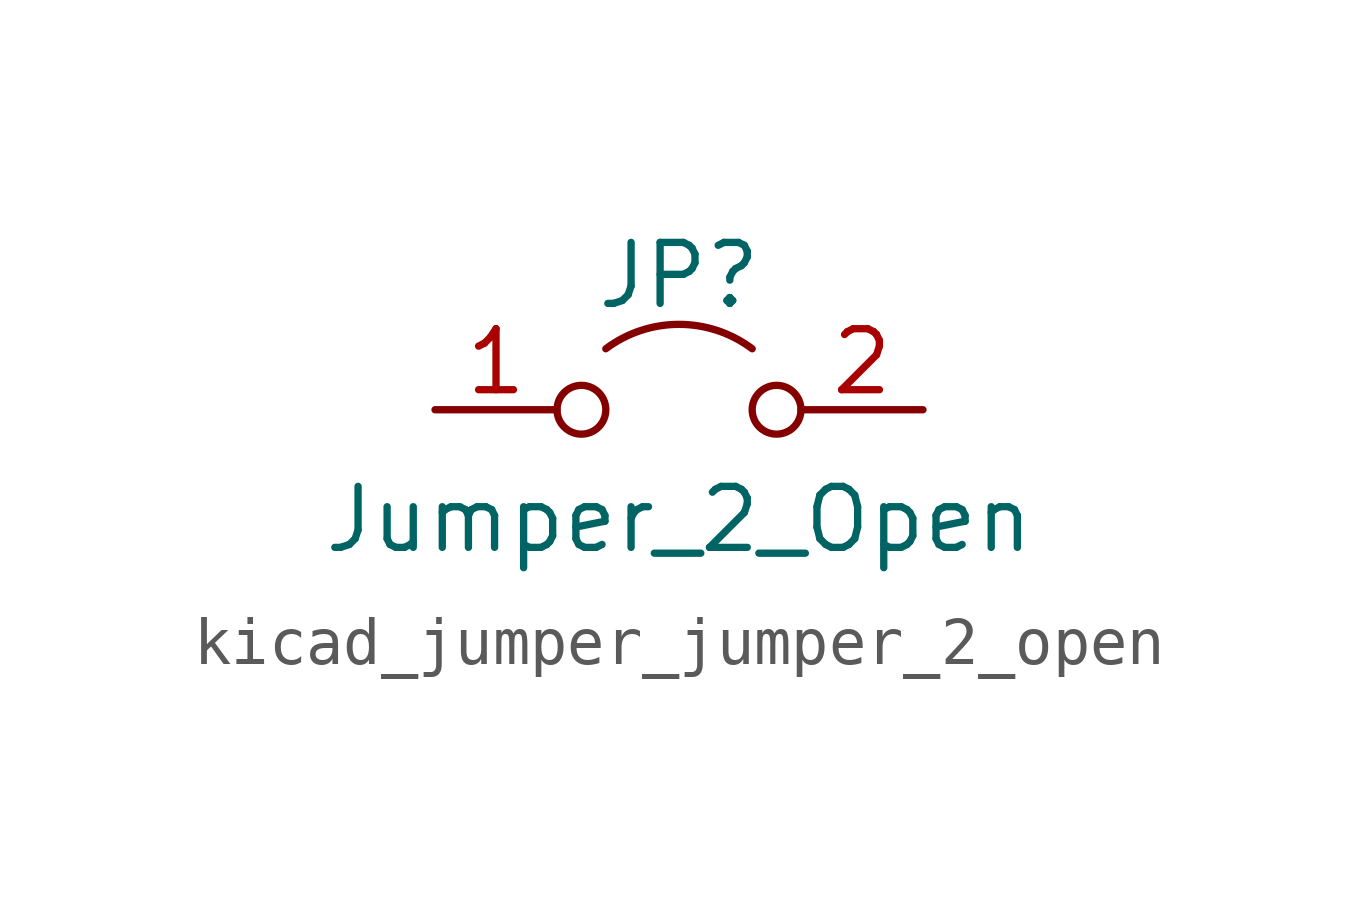
<source format=kicad_sym>
(kicad_symbol_lib
  (version 20220914)
  (generator kicad_symbol_editor)
  (symbol "kicad_jumper_jumper_2_open"
    (pin_names
      (offset 0) hide)
    (property "Reference" "JP"
      (at 0 2.794 0)
      (effects (font (size 1.27 1.27))))
    (property "Value" "Jumper_2_Open"
      (at 0 -2.286 0)
      (effects (font (size 1.27 1.27))))
    (symbol "kicad_jumper_jumper_2_open_0_0"
      (circle (center -2.032 0) (radius 0.508) (stroke (width 0) (type default)) (fill (type none)))
      (circle (center 2.032 0) (radius 0.508) (stroke (width 0) (type default)) (fill (type none))))
    (symbol "kicad_jumper_jumper_2_open_0_1"
      (arc (start 1.524 1.27) (mid 0 1.778) (end -1.524 1.27) (stroke (width 0) (type default)) (fill (type none))))
    (symbol "kicad_jumper_jumper_2_open_1_1"
      (pin passive line (at -5.08 0 0) (length 2.54) (name "A" (effects (font (size 1.27 1.27)))) (number "1" (effects (font (size 1.27 1.27)))))
      (pin passive line (at 5.08 0 180) (length 2.54) (name "B" (effects (font (size 1.27 1.27)))) (number "2" (effects (font (size 1.27 1.27))))))))
</source>
